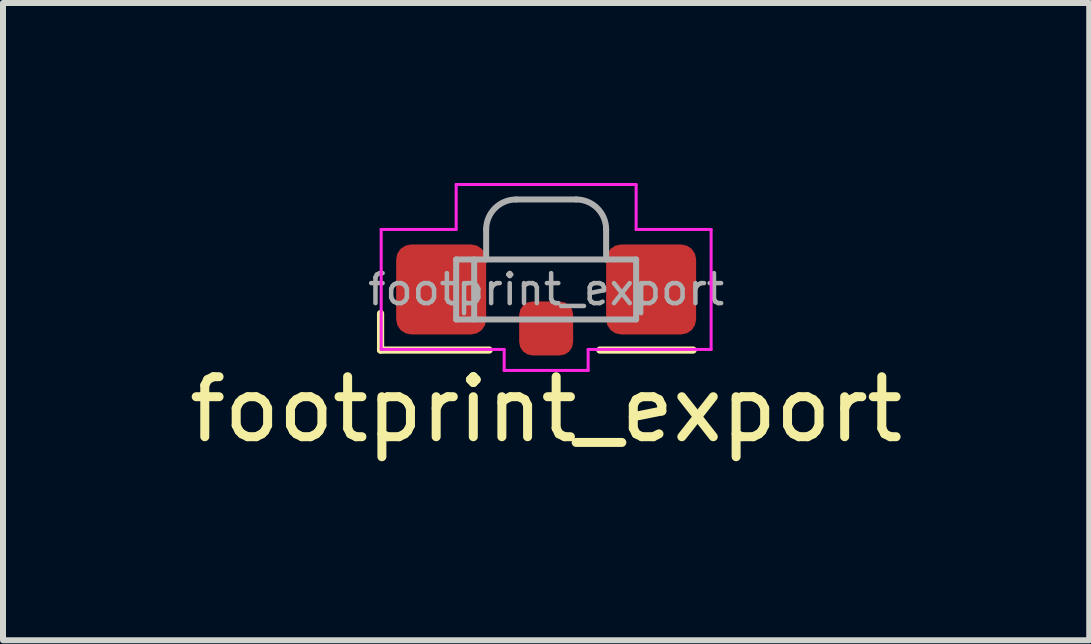
<source format=kicad_pcb>
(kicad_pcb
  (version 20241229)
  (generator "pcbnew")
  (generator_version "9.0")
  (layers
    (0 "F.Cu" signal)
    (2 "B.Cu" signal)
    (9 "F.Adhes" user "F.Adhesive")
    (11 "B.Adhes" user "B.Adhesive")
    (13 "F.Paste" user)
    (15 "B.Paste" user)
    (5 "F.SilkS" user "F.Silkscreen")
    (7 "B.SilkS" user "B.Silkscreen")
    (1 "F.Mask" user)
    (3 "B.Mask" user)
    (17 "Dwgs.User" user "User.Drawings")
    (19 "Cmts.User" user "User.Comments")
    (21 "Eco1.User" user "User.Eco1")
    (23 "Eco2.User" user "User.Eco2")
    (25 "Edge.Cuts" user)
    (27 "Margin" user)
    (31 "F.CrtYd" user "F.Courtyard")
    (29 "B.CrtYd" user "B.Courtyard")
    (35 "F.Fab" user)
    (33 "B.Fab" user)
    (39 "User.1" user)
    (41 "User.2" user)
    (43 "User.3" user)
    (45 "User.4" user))
  (footprint "footprint_export"
    (layer "F.Cu")
    (at 6.054 1.275)
    (property "Reference" "footprint_export" (at 0 2.5 0) (layer "F.SilkS") (effects (font (size 1 1) (thickness 0.15))))
    (attr smd)
    (fp_line (start -2.76 0.9) (end -2.76 1.51) (stroke (width 0.12) (type solid)) (layer "F.SilkS"))
    (fp_line (start -2.76 1.51) (end -0.95 1.51) (stroke (width 0.12) (type solid)) (layer "F.SilkS"))
    (fp_line (start 0.895 1.51) (end 2.45 1.51) (stroke (width 0.12) (type solid)) (layer "F.SilkS"))
    (fp_line (start -2.75 1.5) (end -2.75 -0.5) (stroke (width 0.05) (type default)) (layer "F.CrtYd"))
    (fp_line (start -1.5 -1.25) (end -1.5 -0.5) (stroke (width 0.05) (type default)) (layer "F.CrtYd"))
    (fp_line (start -1.5 -1.25) (end 1.5 -1.25) (stroke (width 0.05) (type default)) (layer "F.CrtYd"))
    (fp_line (start -1.5 -0.5) (end -2.75 -0.5) (stroke (width 0.05) (type default)) (layer "F.CrtYd"))
    (fp_line (start -0.7 1.5) (end -2.75 1.5) (stroke (width 0.05) (type default)) (layer "F.CrtYd"))
    (fp_line (start -0.7 1.85) (end -0.7 1.5) (stroke (width 0.05) (type default)) (layer "F.CrtYd"))
    (fp_line (start 0.7 1.5) (end 0.7 1.85) (stroke (width 0.05) (type default)) (layer "F.CrtYd"))
    (fp_line (start 0.7 1.85) (end -0.7 1.85) (stroke (width 0.05) (type default)) (layer "F.CrtYd"))
    (fp_line (start 1.5 -1.25) (end 1.5 -0.5) (stroke (width 0.05) (type default)) (layer "F.CrtYd"))
    (fp_line (start 1.5 -0.5) (end 2.75 -0.5) (stroke (width 0.05) (type default)) (layer "F.CrtYd"))
    (fp_line (start 2.75 -0.5) (end 2.75 1.5) (stroke (width 0.05) (type default)) (layer "F.CrtYd"))
    (fp_line (start 2.75 1.5) (end 0.7 1.5) (stroke (width 0.05) (type default)) (layer "F.CrtYd"))
    (fp_line (start -1.5 0) (end 1.5 0) (stroke (width 0.1) (type solid)) (layer "F.Fab"))
    (fp_line (start -1.5 1) (end -1.5 0) (stroke (width 0.1) (type solid)) (layer "F.Fab"))
    (fp_line (start -1.2 0) (end -1.2 1) (stroke (width 0.1) (type solid)) (layer "F.Fab"))
    (fp_line (start -1 0) (end -1 -0.5) (stroke (width 0.1) (type solid)) (layer "F.Fab"))
    (fp_line (start -0.5 -1) (end 0.5 -1) (stroke (width 0.1) (type solid)) (layer "F.Fab"))
    (fp_line (start 1 -0.5) (end 1 0) (stroke (width 0.1) (type solid)) (layer "F.Fab"))
    (fp_line (start 1.5 0) (end 1.5 1) (stroke (width 0.1) (type solid)) (layer "F.Fab"))
    (fp_line (start 1.5 1) (end -1.5 1) (stroke (width 0.1) (type solid)) (layer "F.Fab"))
    (fp_arc (start -1 -0.5) (mid -0.853553 -0.853553) (end -0.5 -1) (stroke (width 0.1) (type solid)) (layer "F.Fab"))
    (fp_arc (start 0.5 -1) (mid 0.853553 -0.853553) (end 1 -0.5) (stroke (width 0.1) (type solid)) (layer "F.Fab"))
    (fp_text user "${REFERENCE}" (at 0 0.5 0) (layer "F.Fab") (effects (font (size 0.5 0.5) (thickness 0.075))))
    (pad "1" smd roundrect (at -1.75 0.5) (size 1.5 1.5) (layers "F.Cu" "F.Mask" "F.Paste") (roundrect_rratio 0.167))
    (pad "2" smd roundrect (at 1.75 0.5) (size 1.5 1.5) (layers "F.Cu" "F.Mask" "F.Paste") (roundrect_rratio 0.167))
    (pad "3" smd roundrect (at 0 1.15) (size 0.9 0.9) (layers "F.Cu" "F.Mask" "F.Paste") (roundrect_rratio 0.25)))
  (gr_rect
    (start -3 -3)
    (end 15.107 7.623)
    (stroke (width 0.1) (type default))
    (fill no)
    (layer "Edge.Cuts")))
</source>
